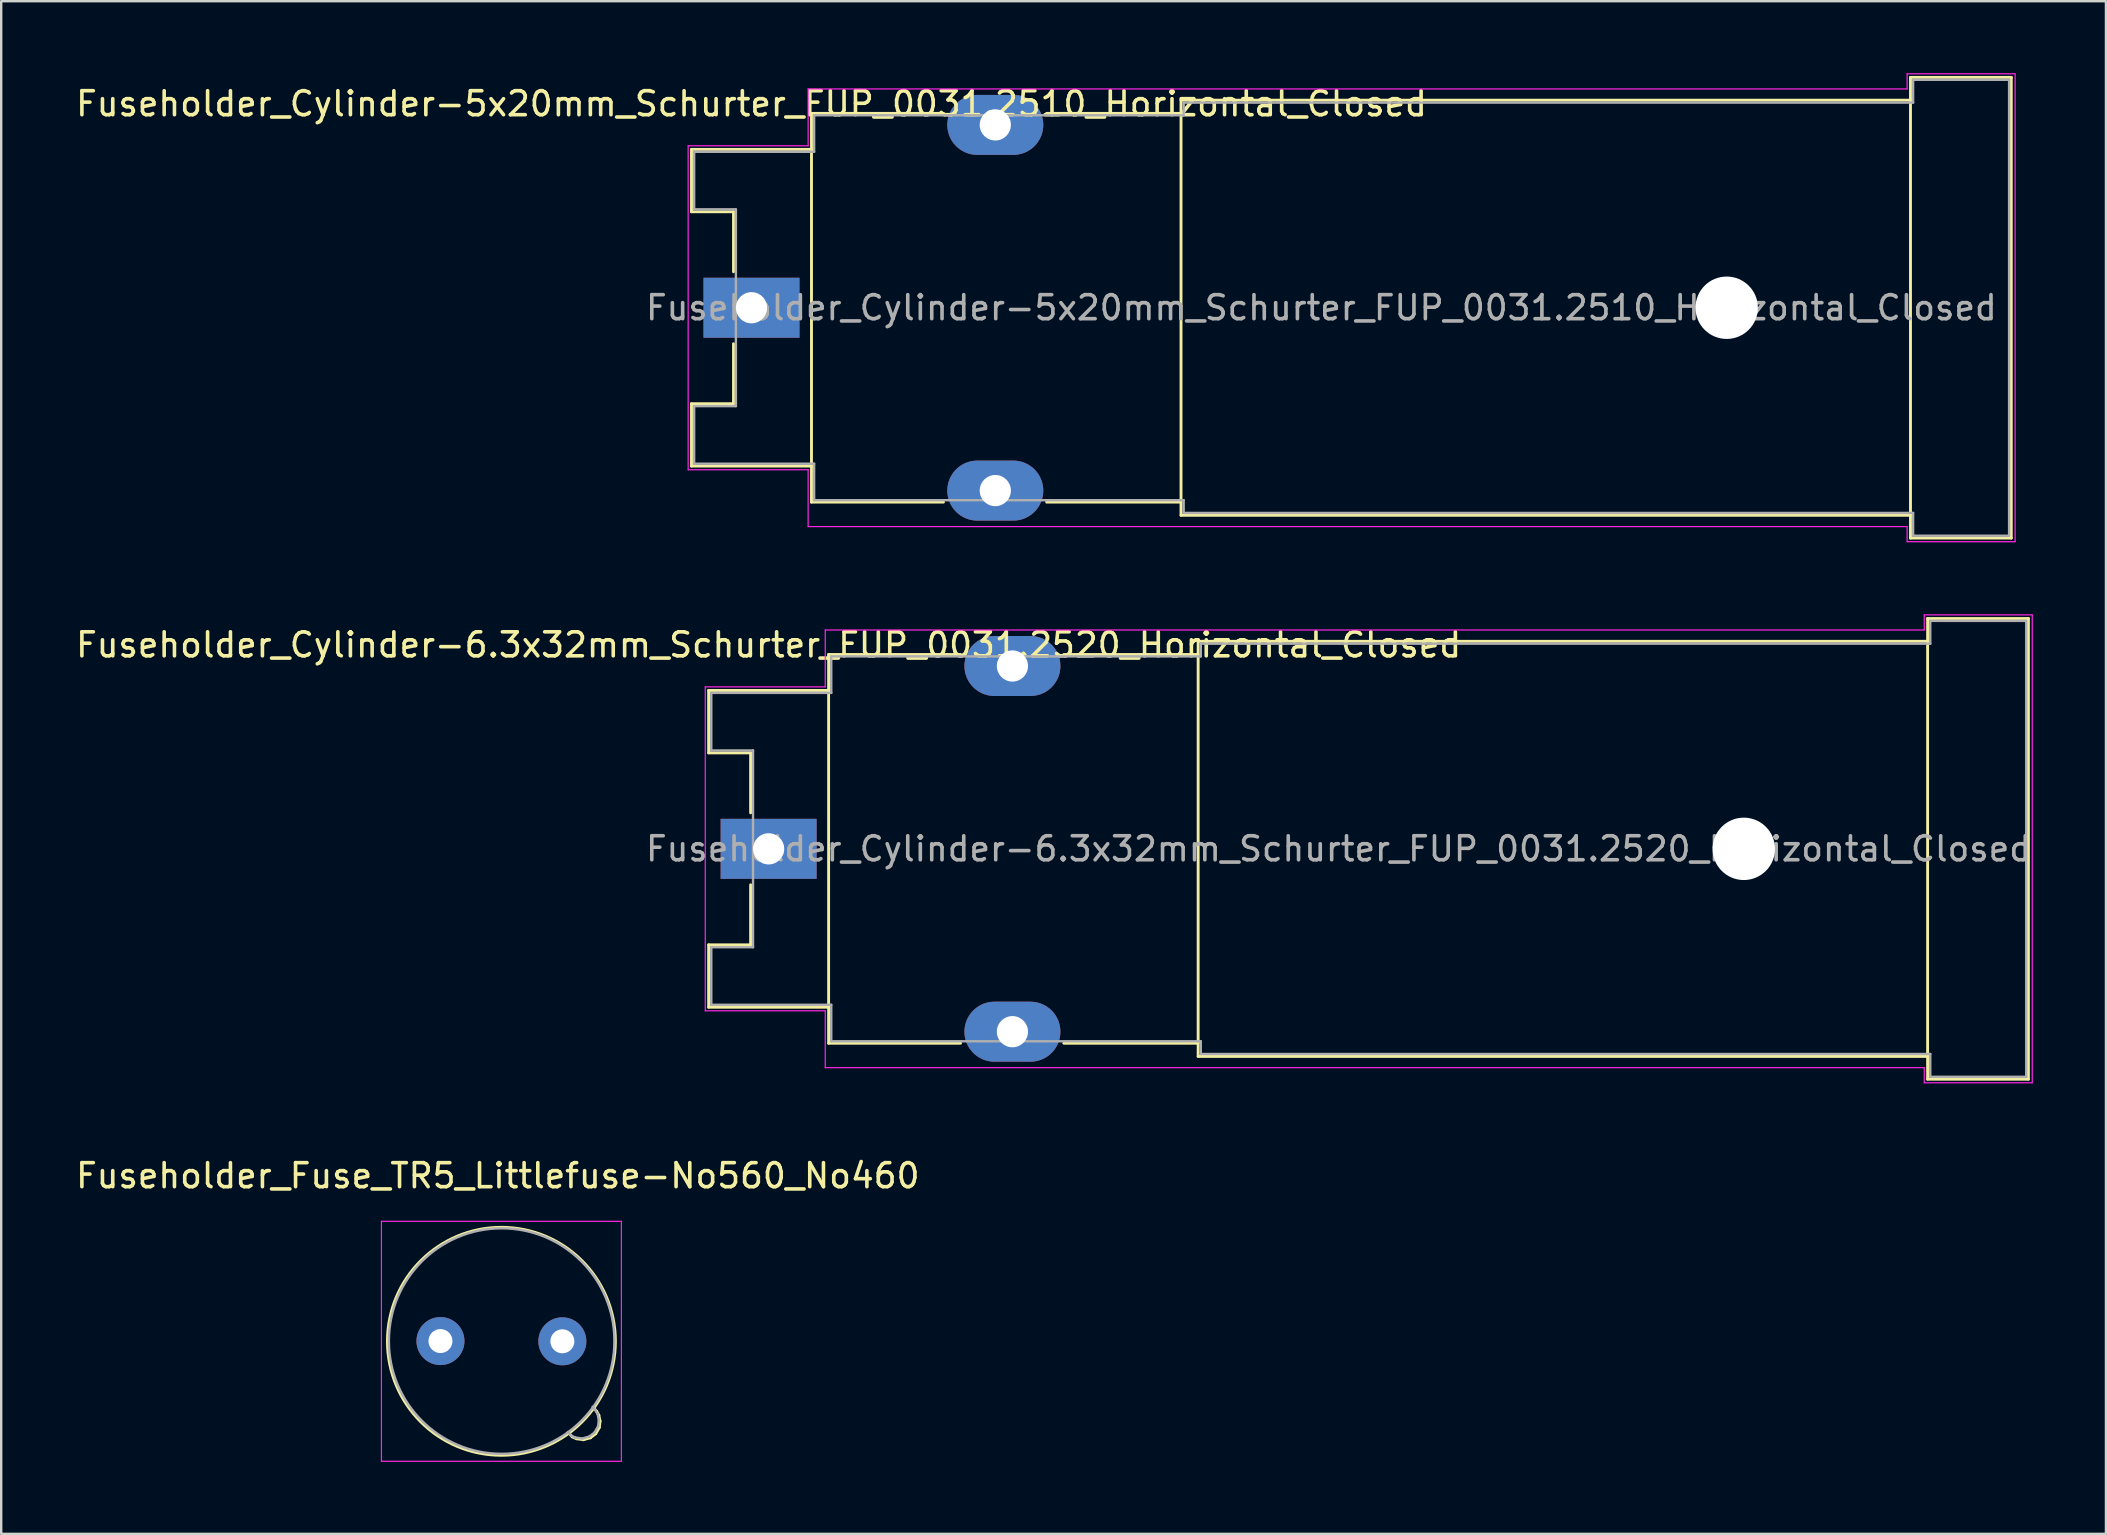
<source format=kicad_pcb>
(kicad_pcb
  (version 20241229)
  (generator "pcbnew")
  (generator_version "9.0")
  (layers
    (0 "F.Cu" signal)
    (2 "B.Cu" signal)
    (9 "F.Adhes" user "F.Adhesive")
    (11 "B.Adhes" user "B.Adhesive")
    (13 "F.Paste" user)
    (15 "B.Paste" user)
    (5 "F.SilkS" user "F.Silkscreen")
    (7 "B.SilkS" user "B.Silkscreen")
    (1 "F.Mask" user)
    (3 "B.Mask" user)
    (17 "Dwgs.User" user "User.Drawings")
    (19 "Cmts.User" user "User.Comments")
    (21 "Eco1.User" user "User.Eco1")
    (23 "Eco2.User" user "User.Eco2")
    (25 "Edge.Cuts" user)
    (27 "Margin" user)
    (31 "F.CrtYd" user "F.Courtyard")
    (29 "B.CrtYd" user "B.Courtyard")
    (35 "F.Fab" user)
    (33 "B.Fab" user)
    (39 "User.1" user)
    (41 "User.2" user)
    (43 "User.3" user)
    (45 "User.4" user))
  (footprint "Fuseholder_Cylinder-5x20mm_Schurter_FUP_0031.2510_Horizontal_Closed"
    (layer "F.Cu")
    (at 28.268 9.775)
    (property "Reference" "Fuseholder_Cylinder-5x20mm_Schurter_FUP_0031.2510_Horizontal_Closed" (at 0 -8.5 0) (layer "F.SilkS") (effects (font (size 1 1) (thickness 0.15))))
    (attr through_hole)
    (fp_line (start -2.5 -6.6) (end 2.5 -6.6) (stroke (width 0.12) (type solid)) (layer "F.SilkS"))
    (fp_line (start -2.5 -4) (end -2.5 -6.6) (stroke (width 0.12) (type solid)) (layer "F.SilkS"))
    (fp_line (start -2.5 4) (end -0.75 4) (stroke (width 0.12) (type solid)) (layer "F.SilkS"))
    (fp_line (start -2.5 6.6) (end -2.5 4) (stroke (width 0.12) (type solid)) (layer "F.SilkS"))
    (fp_line (start -2.5 6.6) (end 2.5 6.6) (stroke (width 0.12) (type solid)) (layer "F.SilkS"))
    (fp_line (start -0.75 -4) (end -2.5 -4) (stroke (width 0.12) (type solid)) (layer "F.SilkS"))
    (fp_line (start -0.75 -1.5) (end -0.75 -4) (stroke (width 0.12) (type solid)) (layer "F.SilkS"))
    (fp_line (start -0.75 4) (end -0.75 1.5) (stroke (width 0.12) (type solid)) (layer "F.SilkS"))
    (fp_line (start 2.5 -8.1) (end 8 -8.1) (stroke (width 0.12) (type solid)) (layer "F.SilkS"))
    (fp_line (start 2.5 8.1) (end 2.5 -8.1) (stroke (width 0.12) (type solid)) (layer "F.SilkS"))
    (fp_line (start 2.5 8.1) (end 8 8.1) (stroke (width 0.12) (type solid)) (layer "F.SilkS"))
    (fp_line (start 12.3 -8.1) (end 17.9 -8.1) (stroke (width 0.12) (type solid)) (layer "F.SilkS"))
    (fp_line (start 12.3 8.1) (end 17.9 8.1) (stroke (width 0.12) (type solid)) (layer "F.SilkS"))
    (fp_line (start 17.9 -8.65) (end 48.3 -8.65) (stroke (width 0.12) (type solid)) (layer "F.SilkS"))
    (fp_line (start 17.9 8.65) (end 17.9 -8.65) (stroke (width 0.12) (type solid)) (layer "F.SilkS"))
    (fp_line (start 17.9 8.65) (end 48.3 8.65) (stroke (width 0.12) (type solid)) (layer "F.SilkS"))
    (fp_line (start 48.3 -9.6) (end 52.5 -9.6) (stroke (width 0.12) (type solid)) (layer "F.SilkS"))
    (fp_line (start 48.3 9.6) (end 48.3 -9.6) (stroke (width 0.12) (type solid)) (layer "F.SilkS"))
    (fp_line (start 48.3 9.6) (end 52.5 9.6) (stroke (width 0.12) (type solid)) (layer "F.SilkS"))
    (fp_line (start 52.5 -9.6) (end 52.5 9.6) (stroke (width 0.12) (type solid)) (layer "F.SilkS"))
    (fp_line (start -2.64 -6.75) (end 2.36 -6.75) (stroke (width 0.05) (type solid)) (layer "F.CrtYd"))
    (fp_line (start -2.64 6.75) (end -2.64 -6.75) (stroke (width 0.05) (type solid)) (layer "F.CrtYd"))
    (fp_line (start -2.64 6.75) (end 2.36 6.75) (stroke (width 0.05) (type solid)) (layer "F.CrtYd"))
    (fp_line (start 2.36 -9.12) (end 2.36 -6.75) (stroke (width 0.05) (type solid)) (layer "F.CrtYd"))
    (fp_line (start 2.36 -9.12) (end 48.16 -9.12) (stroke (width 0.05) (type solid)) (layer "F.CrtYd"))
    (fp_line (start 2.36 6.75) (end 2.36 9.12) (stroke (width 0.05) (type solid)) (layer "F.CrtYd"))
    (fp_line (start 48.16 -9.75) (end 48.16 -9.12) (stroke (width 0.05) (type solid)) (layer "F.CrtYd"))
    (fp_line (start 48.16 -9.75) (end 52.66 -9.75) (stroke (width 0.05) (type solid)) (layer "F.CrtYd"))
    (fp_line (start 48.16 9.12) (end 2.36 9.12) (stroke (width 0.05) (type solid)) (layer "F.CrtYd"))
    (fp_line (start 48.16 9.12) (end 48.16 9.75) (stroke (width 0.05) (type solid)) (layer "F.CrtYd"))
    (fp_line (start 48.16 9.75) (end 52.66 9.75) (stroke (width 0.05) (type solid)) (layer "F.CrtYd"))
    (fp_line (start 52.66 -9.75) (end 52.66 9.75) (stroke (width 0.05) (type solid)) (layer "F.CrtYd"))
    (fp_line (start -2.39 -4.1) (end -2.39 -6.5) (stroke (width 0.1) (type solid)) (layer "F.Fab"))
    (fp_line (start -2.39 -4.1) (end -0.65 -4.1) (stroke (width 0.1) (type solid)) (layer "F.Fab"))
    (fp_line (start -2.39 4.1) (end -2.39 6.5) (stroke (width 0.1) (type solid)) (layer "F.Fab"))
    (fp_line (start -2.39 6.5) (end 2.61 6.5) (stroke (width 0.1) (type solid)) (layer "F.Fab"))
    (fp_line (start -0.65 -4.1) (end -0.65 4.1) (stroke (width 0.1) (type solid)) (layer "F.Fab"))
    (fp_line (start -0.65 4.1) (end -2.39 4.1) (stroke (width 0.1) (type solid)) (layer "F.Fab"))
    (fp_line (start 2.61 -8.02) (end 2.61 -6.5) (stroke (width 0.1) (type solid)) (layer "F.Fab"))
    (fp_line (start 2.61 -6.5) (end -2.39 -6.5) (stroke (width 0.1) (type solid)) (layer "F.Fab"))
    (fp_line (start 2.61 6.5) (end 2.61 8.02) (stroke (width 0.1) (type solid)) (layer "F.Fab"))
    (fp_line (start 2.61 8.02) (end 18.01 8.02) (stroke (width 0.1) (type solid)) (layer "F.Fab"))
    (fp_line (start 18.01 -8.55) (end 18.01 -8.02) (stroke (width 0.1) (type solid)) (layer "F.Fab"))
    (fp_line (start 18.01 -8.02) (end 2.61 -8.02) (stroke (width 0.1) (type solid)) (layer "F.Fab"))
    (fp_line (start 18.01 8.02) (end 18.01 8.55) (stroke (width 0.1) (type solid)) (layer "F.Fab"))
    (fp_line (start 18.01 8.55) (end 48.41 8.55) (stroke (width 0.1) (type solid)) (layer "F.Fab"))
    (fp_line (start 48.41 -9.5) (end 48.41 -8.55) (stroke (width 0.1) (type solid)) (layer "F.Fab"))
    (fp_line (start 48.41 -8.55) (end 18.01 -8.55) (stroke (width 0.1) (type solid)) (layer "F.Fab"))
    (fp_line (start 48.41 8.55) (end 48.41 9.5) (stroke (width 0.1) (type solid)) (layer "F.Fab"))
    (fp_line (start 48.41 9.5) (end 52.41 9.5) (stroke (width 0.1) (type solid)) (layer "F.Fab"))
    (fp_line (start 52.41 -9.5) (end 48.41 -9.5) (stroke (width 0.1) (type solid)) (layer "F.Fab"))
    (fp_line (start 52.41 -9.5) (end 52.41 9.5) (stroke (width 0.1) (type solid)) (layer "F.Fab"))
    (fp_text user "${REFERENCE}" (at 23.75 0 0) (layer "F.Fab") (effects (font (size 1 1) (thickness 0.15))))
    (pad "" np_thru_hole circle (at 40.64 0) (size 2.6 2.6) (drill 2.6) (layers "*.Cu" "*.Mask"))
    (pad "1" thru_hole rect (at 0 0) (size 4 2.5) (drill 1.3) (layers "*.Cu" "*.Mask"))
    (pad "2" thru_hole oval (at 10.16 -7.62) (size 4 2.5) (drill 1.3) (layers "*.Cu" "*.Mask"))
    (pad "2" thru_hole oval (at 10.16 7.62) (size 4 2.5) (drill 1.3) (layers "*.Cu" "*.Mask")))
  (footprint "Fuseholder_Cylinder-6.3x32mm_Schurter_FUP_0031.2520_Horizontal_Closed"
    (layer "F.Cu")
    (at 28.982 32.325)
    (property "Reference" "Fuseholder_Cylinder-6.3x32mm_Schurter_FUP_0031.2520_Horizontal_Closed" (at 0 -8.5 0) (layer "F.SilkS") (effects (font (size 1 1) (thickness 0.15))))
    (attr through_hole)
    (fp_line (start -2.5 -6.6) (end 2.5 -6.6) (stroke (width 0.12) (type solid)) (layer "F.SilkS"))
    (fp_line (start -2.5 -4) (end -2.5 -6.6) (stroke (width 0.12) (type solid)) (layer "F.SilkS"))
    (fp_line (start -2.5 4) (end -0.75 4) (stroke (width 0.12) (type solid)) (layer "F.SilkS"))
    (fp_line (start -2.5 6.6) (end -2.5 4) (stroke (width 0.12) (type solid)) (layer "F.SilkS"))
    (fp_line (start -2.5 6.6) (end 2.5 6.6) (stroke (width 0.12) (type solid)) (layer "F.SilkS"))
    (fp_line (start -0.75 -4) (end -2.5 -4) (stroke (width 0.12) (type solid)) (layer "F.SilkS"))
    (fp_line (start -0.75 -1.5) (end -0.75 -4) (stroke (width 0.12) (type solid)) (layer "F.SilkS"))
    (fp_line (start -0.75 4) (end -0.75 1.5) (stroke (width 0.12) (type solid)) (layer "F.SilkS"))
    (fp_line (start 2.5 -8.1) (end 8 -8.1) (stroke (width 0.12) (type solid)) (layer "F.SilkS"))
    (fp_line (start 2.5 8.1) (end 2.5 -8.1) (stroke (width 0.12) (type solid)) (layer "F.SilkS"))
    (fp_line (start 2.5 8.1) (end 8 8.1) (stroke (width 0.12) (type solid)) (layer "F.SilkS"))
    (fp_line (start 12.3 -8.1) (end 17.9 -8.1) (stroke (width 0.12) (type solid)) (layer "F.SilkS"))
    (fp_line (start 12.3 8.1) (end 17.9 8.1) (stroke (width 0.12) (type solid)) (layer "F.SilkS"))
    (fp_line (start 17.9 -8.65) (end 48.3 -8.65) (stroke (width 0.12) (type solid)) (layer "F.SilkS"))
    (fp_line (start 17.9 8.65) (end 17.9 -8.65) (stroke (width 0.12) (type solid)) (layer "F.SilkS"))
    (fp_line (start 17.9 8.65) (end 48.3 8.65) (stroke (width 0.12) (type solid)) (layer "F.SilkS"))
    (fp_line (start 48.3 -9.6) (end 52.5 -9.6) (stroke (width 0.12) (type solid)) (layer "F.SilkS"))
    (fp_line (start 48.3 9.6) (end 48.3 -9.6) (stroke (width 0.12) (type solid)) (layer "F.SilkS"))
    (fp_line (start 48.3 9.6) (end 52.5 9.6) (stroke (width 0.12) (type solid)) (layer "F.SilkS"))
    (fp_line (start 52.5 -9.6) (end 52.5 9.6) (stroke (width 0.12) (type solid)) (layer "F.SilkS"))
    (fp_line (start -2.64 -6.75) (end 2.36 -6.75) (stroke (width 0.05) (type solid)) (layer "F.CrtYd"))
    (fp_line (start -2.64 6.75) (end -2.64 -6.75) (stroke (width 0.05) (type solid)) (layer "F.CrtYd"))
    (fp_line (start -2.64 6.75) (end 2.36 6.75) (stroke (width 0.05) (type solid)) (layer "F.CrtYd"))
    (fp_line (start 2.36 -9.12) (end 2.36 -6.75) (stroke (width 0.05) (type solid)) (layer "F.CrtYd"))
    (fp_line (start 2.36 -9.12) (end 48.16 -9.12) (stroke (width 0.05) (type solid)) (layer "F.CrtYd"))
    (fp_line (start 2.36 6.75) (end 2.36 9.12) (stroke (width 0.05) (type solid)) (layer "F.CrtYd"))
    (fp_line (start 48.16 -9.75) (end 48.16 -9.12) (stroke (width 0.05) (type solid)) (layer "F.CrtYd"))
    (fp_line (start 48.16 -9.75) (end 52.66 -9.75) (stroke (width 0.05) (type solid)) (layer "F.CrtYd"))
    (fp_line (start 48.16 9.12) (end 2.36 9.12) (stroke (width 0.05) (type solid)) (layer "F.CrtYd"))
    (fp_line (start 48.16 9.12) (end 48.16 9.75) (stroke (width 0.05) (type solid)) (layer "F.CrtYd"))
    (fp_line (start 48.16 9.75) (end 52.66 9.75) (stroke (width 0.05) (type solid)) (layer "F.CrtYd"))
    (fp_line (start 52.66 -9.75) (end 52.66 9.75) (stroke (width 0.05) (type solid)) (layer "F.CrtYd"))
    (fp_line (start -2.39 -4.1) (end -2.39 -6.5) (stroke (width 0.1) (type solid)) (layer "F.Fab"))
    (fp_line (start -2.39 -4.1) (end -0.65 -4.1) (stroke (width 0.1) (type solid)) (layer "F.Fab"))
    (fp_line (start -2.39 4.1) (end -2.39 6.5) (stroke (width 0.1) (type solid)) (layer "F.Fab"))
    (fp_line (start -2.39 6.5) (end 2.61 6.5) (stroke (width 0.1) (type solid)) (layer "F.Fab"))
    (fp_line (start -0.65 -4.1) (end -0.65 4.1) (stroke (width 0.1) (type solid)) (layer "F.Fab"))
    (fp_line (start -0.65 4.1) (end -2.39 4.1) (stroke (width 0.1) (type solid)) (layer "F.Fab"))
    (fp_line (start 2.61 -8.02) (end 2.61 -6.5) (stroke (width 0.1) (type solid)) (layer "F.Fab"))
    (fp_line (start 2.61 -6.5) (end -2.39 -6.5) (stroke (width 0.1) (type solid)) (layer "F.Fab"))
    (fp_line (start 2.61 6.5) (end 2.61 8.02) (stroke (width 0.1) (type solid)) (layer "F.Fab"))
    (fp_line (start 2.61 8.02) (end 18.01 8.02) (stroke (width 0.1) (type solid)) (layer "F.Fab"))
    (fp_line (start 18.01 -8.55) (end 18.01 -8.02) (stroke (width 0.1) (type solid)) (layer "F.Fab"))
    (fp_line (start 18.01 -8.02) (end 2.61 -8.02) (stroke (width 0.1) (type solid)) (layer "F.Fab"))
    (fp_line (start 18.01 8.02) (end 18.01 8.55) (stroke (width 0.1) (type solid)) (layer "F.Fab"))
    (fp_line (start 18.01 8.55) (end 48.41 8.55) (stroke (width 0.1) (type solid)) (layer "F.Fab"))
    (fp_line (start 48.41 -9.5) (end 48.41 -8.55) (stroke (width 0.1) (type solid)) (layer "F.Fab"))
    (fp_line (start 48.41 -8.55) (end 18.01 -8.55) (stroke (width 0.1) (type solid)) (layer "F.Fab"))
    (fp_line (start 48.41 8.55) (end 48.41 9.5) (stroke (width 0.1) (type solid)) (layer "F.Fab"))
    (fp_line (start 48.41 9.5) (end 52.41 9.5) (stroke (width 0.1) (type solid)) (layer "F.Fab"))
    (fp_line (start 52.41 -9.5) (end 48.41 -9.5) (stroke (width 0.1) (type solid)) (layer "F.Fab"))
    (fp_line (start 52.41 -9.5) (end 52.41 9.5) (stroke (width 0.1) (type solid)) (layer "F.Fab"))
    (fp_text user "${REFERENCE}" (at 23.75 0 0) (layer "F.Fab") (effects (font (size 1 1) (thickness 0.15))))
    (pad "" np_thru_hole circle (at 40.64 0) (size 2.6 2.6) (drill 2.6) (layers "*.Cu" "*.Mask"))
    (pad "1" thru_hole rect (at 0 0) (size 4 2.5) (drill 1.3) (layers "*.Cu" "*.Mask"))
    (pad "2" thru_hole oval (at 10.16 -7.62) (size 4 2.5) (drill 1.3) (layers "*.Cu" "*.Mask"))
    (pad "2" thru_hole oval (at 10.16 7.62) (size 4 2.5) (drill 1.3) (layers "*.Cu" "*.Mask")))
  (footprint "Fuseholder_Fuse_TR5_Littlefuse-No560_No460"
    (layer "F.Cu")
    (at 15.306 52.838)
    (property "Reference" "Fuseholder_Fuse_TR5_Littlefuse-No560_No460" (at 2.39 -6.89 0) (layer "F.SilkS") (effects (font (size 1 1) (thickness 0.15))))
    (attr through_hole)
    (fp_line (start 5.49 3.99) (end 5.36 3.84) (stroke (width 0.12) (type solid)) (layer "F.SilkS"))
    (fp_line (start 5.67 4.07) (end 5.49 3.99) (stroke (width 0.12) (type solid)) (layer "F.SilkS"))
    (fp_line (start 5.96 4.11) (end 5.67 4.07) (stroke (width 0.12) (type solid)) (layer "F.SilkS"))
    (fp_line (start 6.25 4.03) (end 5.96 4.11) (stroke (width 0.12) (type solid)) (layer "F.SilkS"))
    (fp_line (start 6.39 2.79) (end 6.51 2.93) (stroke (width 0.12) (type solid)) (layer "F.SilkS"))
    (fp_line (start 6.47 3.86) (end 6.25 4.03) (stroke (width 0.12) (type solid)) (layer "F.SilkS"))
    (fp_line (start 6.51 2.93) (end 6.6 3.09) (stroke (width 0.12) (type solid)) (layer "F.SilkS"))
    (fp_line (start 6.6 3.09) (end 6.65 3.34) (stroke (width 0.12) (type solid)) (layer "F.SilkS"))
    (fp_line (start 6.62 3.6) (end 6.47 3.86) (stroke (width 0.12) (type solid)) (layer "F.SilkS"))
    (fp_line (start 6.65 3.34) (end 6.62 3.6) (stroke (width 0.12) (type solid)) (layer "F.SilkS"))
    (fp_circle (center 2.54 0.01) (end 7.29 0.01) (stroke (width 0.12) (type solid)) (fill no) (layer "F.SilkS"))
    (fp_line (start -2.46 -4.99) (end -2.46 5.01) (stroke (width 0.05) (type solid)) (layer "F.CrtYd"))
    (fp_line (start -2.46 -4.99) (end 7.54 -4.99) (stroke (width 0.05) (type solid)) (layer "F.CrtYd"))
    (fp_line (start 7.54 5.01) (end -2.46 5.01) (stroke (width 0.05) (type solid)) (layer "F.CrtYd"))
    (fp_line (start 7.54 5.01) (end 7.54 -4.99) (stroke (width 0.05) (type solid)) (layer "F.CrtYd"))
    (fp_line (start 5.44 3.94) (end 5.31 3.79) (stroke (width 0.1) (type solid)) (layer "F.Fab"))
    (fp_line (start 5.62 4.02) (end 5.44 3.94) (stroke (width 0.1) (type solid)) (layer "F.Fab"))
    (fp_line (start 5.91 4.06) (end 5.62 4.02) (stroke (width 0.1) (type solid)) (layer "F.Fab"))
    (fp_line (start 6.2 3.98) (end 5.91 4.06) (stroke (width 0.1) (type solid)) (layer "F.Fab"))
    (fp_line (start 6.34 2.74) (end 6.46 2.88) (stroke (width 0.1) (type solid)) (layer "F.Fab"))
    (fp_line (start 6.42 3.81) (end 6.2 3.98) (stroke (width 0.1) (type solid)) (layer "F.Fab"))
    (fp_line (start 6.46 2.88) (end 6.55 3.04) (stroke (width 0.1) (type solid)) (layer "F.Fab"))
    (fp_line (start 6.55 3.04) (end 6.6 3.29) (stroke (width 0.1) (type solid)) (layer "F.Fab"))
    (fp_line (start 6.57 3.55) (end 6.42 3.81) (stroke (width 0.1) (type solid)) (layer "F.Fab"))
    (fp_line (start 6.6 3.29) (end 6.57 3.55) (stroke (width 0.1) (type solid)) (layer "F.Fab"))
    (fp_circle (center 2.55 0) (end 7.25 0) (stroke (width 0.1) (type solid)) (fill no) (layer "F.Fab"))
    (pad "1" thru_hole circle (at 0 0) (size 2 2) (drill 1) (layers "*.Cu" "*.Mask"))
    (pad "2" thru_hole circle (at 5.08 0.01) (size 2 2) (drill 1) (layers "*.Cu" "*.Mask")))
  (gr_rect
    (start -3 -3)
    (end 84.714 60.873)
    (stroke (width 0.1) (type default))
    (fill no)
    (layer "Edge.Cuts")))
</source>
